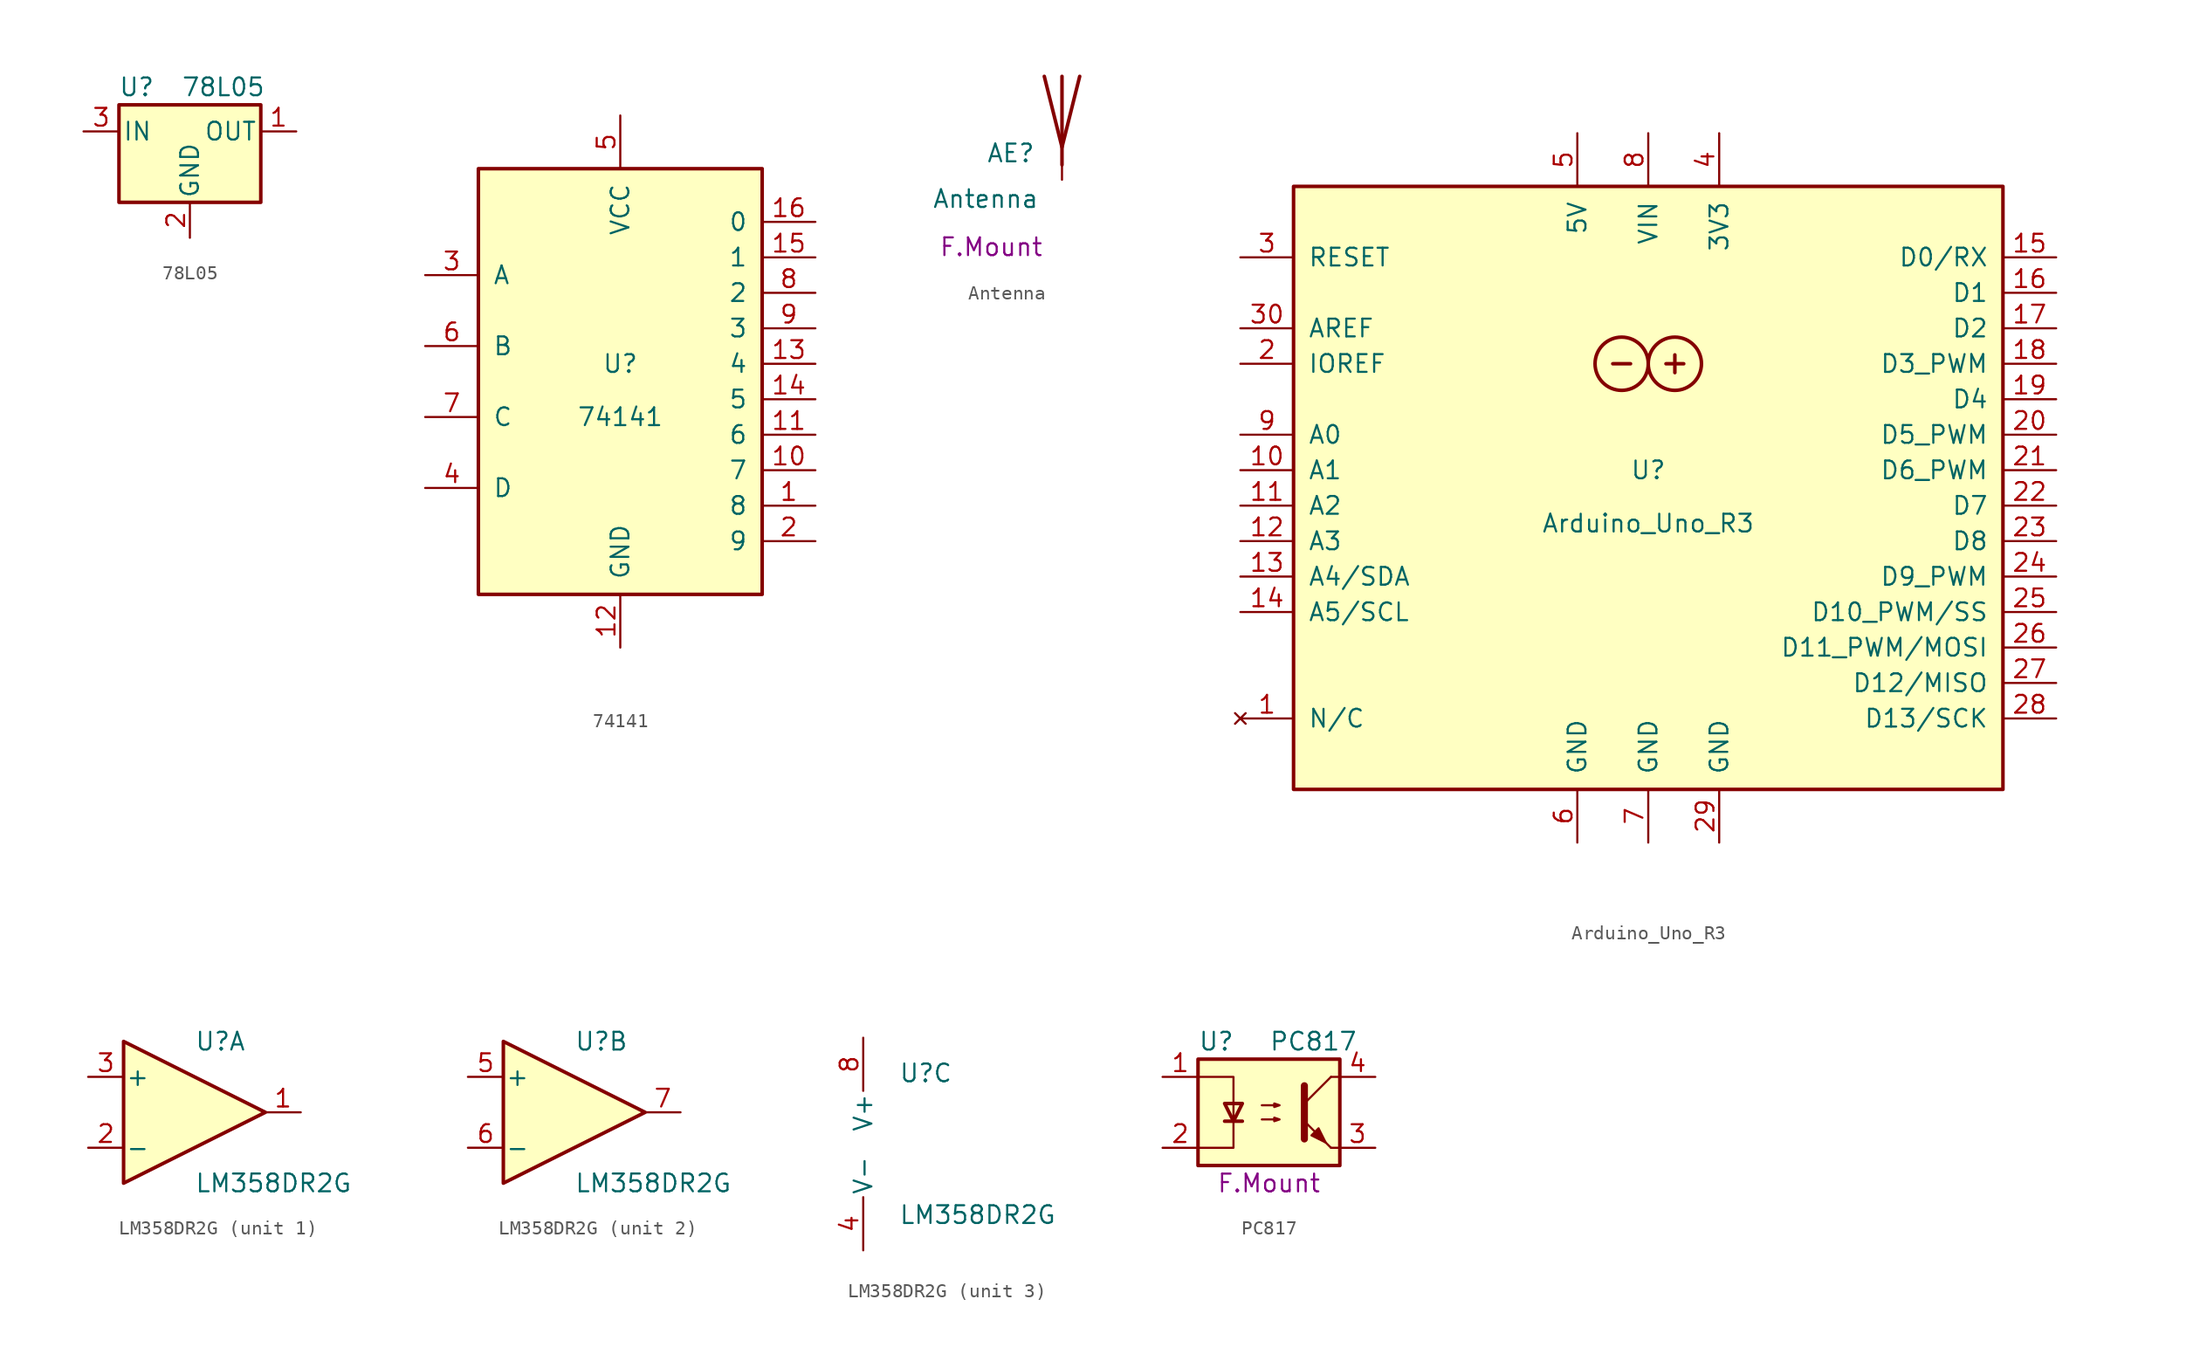
<source format=kicad_sym>
(kicad_symbol_lib
  (version 20220914)
  (generator kicad_symbol_editor)
  (symbol "78L05"
    (pin_names
      (offset 0.254))
    (property "Reference" "U"
      (at -3.81 3.175 0)
      (effects (font (size 1.27 1.27))))
    (property "Value" "78L05"
      (at -0.635 3.175 0)
      (effects (font (size 1.27 1.27)) (justify left)))
    (symbol "78L05_0_1"
      (rectangle (start -5.08 1.905) (end 5.08 -5.08) (stroke (width 0.254) (type default)) (fill (type background))))
    (symbol "78L05_1_1"
      (pin power_out line (at 7.62 0 180) (length 2.54) (name "OUT" (effects (font (size 1.27 1.27)))) (number "1" (effects (font (size 1.27 1.27)))))
      (pin power_in line (at 0 -7.62 90) (length 2.54) (name "GND" (effects (font (size 1.27 1.27)))) (number "2" (effects (font (size 1.27 1.27)))))
      (pin power_in line (at -7.62 0 0) (length 2.54) (name "IN" (effects (font (size 1.27 1.27)))) (number "3" (effects (font (size 1.27 1.27)))))))
  (symbol "74141"
    (pin_names
      (offset 1.016))
    (property "Reference" "U"
      (at 0 1.27 0)
      (effects (font (size 1.27 1.27))))
    (property "Value" "74141"
      (at 0 -2.54 0)
      (effects (font (size 1.27 1.27))))
    (symbol "74141_0_1"
      (rectangle (start -10.16 15.24) (end 10.16 -15.24) (stroke (width 0.254) (type default)) (fill (type background))))
    (symbol "74141_1_1"
      (pin output line (at 13.97 -8.89 180) (length 3.81) (name "8" (effects (font (size 1.27 1.27)))) (number "1" (effects (font (size 1.27 1.27)))))
      (pin output line (at 13.97 -6.35 180) (length 3.81) (name "7" (effects (font (size 1.27 1.27)))) (number "10" (effects (font (size 1.27 1.27)))))
      (pin output line (at 13.97 -3.81 180) (length 3.81) (name "6" (effects (font (size 1.27 1.27)))) (number "11" (effects (font (size 1.27 1.27)))))
      (pin power_in line (at 0 -19.05 90) (length 3.81) (name "GND" (effects (font (size 1.27 1.27)))) (number "12" (effects (font (size 1.27 1.27)))))
      (pin output line (at 13.97 1.27 180) (length 3.81) (name "4" (effects (font (size 1.27 1.27)))) (number "13" (effects (font (size 1.27 1.27)))))
      (pin output line (at 13.97 -1.27 180) (length 3.81) (name "5" (effects (font (size 1.27 1.27)))) (number "14" (effects (font (size 1.27 1.27)))))
      (pin output line (at 13.97 8.89 180) (length 3.81) (name "1" (effects (font (size 1.27 1.27)))) (number "15" (effects (font (size 1.27 1.27)))))
      (pin output line (at 13.97 11.43 180) (length 3.81) (name "0" (effects (font (size 1.27 1.27)))) (number "16" (effects (font (size 1.27 1.27)))))
      (pin output line (at 13.97 -11.43 180) (length 3.81) (name "9" (effects (font (size 1.27 1.27)))) (number "2" (effects (font (size 1.27 1.27)))))
      (pin input line (at -13.97 7.62 0) (length 3.81) (name "A" (effects (font (size 1.27 1.27)))) (number "3" (effects (font (size 1.27 1.27)))))
      (pin input line (at -13.97 -7.62 0) (length 3.81) (name "D" (effects (font (size 1.27 1.27)))) (number "4" (effects (font (size 1.27 1.27)))))
      (pin power_in line (at 0 19.05 270) (length 3.81) (name "VCC" (effects (font (size 1.27 1.27)))) (number "5" (effects (font (size 1.27 1.27)))))
      (pin input line (at -13.97 2.54 0) (length 3.81) (name "B" (effects (font (size 1.27 1.27)))) (number "6" (effects (font (size 1.27 1.27)))))
      (pin input line (at -13.97 -2.54 0) (length 3.81) (name "C" (effects (font (size 1.27 1.27)))) (number "7" (effects (font (size 1.27 1.27)))))
      (pin output line (at 13.97 6.35 180) (length 3.81) (name "2" (effects (font (size 1.27 1.27)))) (number "8" (effects (font (size 1.27 1.27)))))
      (pin output line (at 13.97 3.81 180) (length 3.81) (name "3" (effects (font (size 1.27 1.27)))) (number "9" (effects (font (size 1.27 1.27)))))))
  (symbol "Antenna"
    (pin_numbers hide)
    (pin_names
      (offset 1.016) hide)
    (property "Reference" "AE"
      (at -1.905 1.905 0)
      (effects (font (size 1.27 1.27)) (justify right)))
    (property "Value" "Antenna"
      (at -1.626 -1.372 0)
      (effects (font (size 1.27 1.27)) (justify right)))
    (property "Mount Option" "F.Mount"
      (at -5.08 -4.826 0)
      (effects (font (size 1.27 1.27))))
    (symbol "Antenna_0_1"
      (polyline (pts (xy 0 7.417) (xy 0 1.067)) (stroke (width 0.254) (type default)) (fill (type none)))
      (polyline (pts (xy 1.27 7.417) (xy 0 2.337) (xy -1.27 7.417)) (stroke (width 0.254) (type default)) (fill (type none))))
    (symbol "Antenna_1_1"
      (pin bidirectional line (at 0 0 90) (length 2.54) (name "A" (effects (font (size 1.27 1.27)))) (number "1" (effects (font (size 1.27 1.27)))))))
  (symbol "Arduino_Uno_R3"
    (pin_names
      (offset 1.016))
    (property "Reference" "U"
      (at 0 1.27 0)
      (effects (font (size 1.27 1.27))))
    (property "Value" "Arduino_Uno_R3"
      (at 0 -2.54 0)
      (effects (font (size 1.27 1.27))))
    (symbol "Arduino_Uno_R3_0_1"
      (circle (center -1.905 8.89) (radius 1.905) (stroke (width 0.254) (type default)) (fill (type none)))
      (polyline (pts (xy -2.54 8.89) (xy -1.27 8.89)) (stroke (width 0.254) (type default)) (fill (type none)))
      (polyline (pts (xy 1.27 8.89) (xy 2.54 8.89)) (stroke (width 0.254) (type default)) (fill (type none)))
      (polyline (pts (xy 1.905 9.525) (xy 1.905 8.255)) (stroke (width 0.254) (type default)) (fill (type none)))
      (circle (center 1.905 8.89) (radius 1.905) (stroke (width 0.254) (type default)) (fill (type none)))
      (rectangle (start 25.4 -21.59) (end -25.4 21.59) (stroke (width 0.254) (type default)) (fill (type background))))
    (symbol "Arduino_Uno_R3_1_1"
      (pin no_connect line (at -29.21 -16.51 0) (length 3.81) (name "N/C" (effects (font (size 1.27 1.27)))) (number "1" (effects (font (size 1.27 1.27)))))
      (pin input line (at -29.21 1.27 0) (length 3.81) (name "A1" (effects (font (size 1.27 1.27)))) (number "10" (effects (font (size 1.27 1.27)))))
      (pin input line (at -29.21 -1.27 0) (length 3.81) (name "A2" (effects (font (size 1.27 1.27)))) (number "11" (effects (font (size 1.27 1.27)))))
      (pin input line (at -29.21 -3.81 0) (length 3.81) (name "A3" (effects (font (size 1.27 1.27)))) (number "12" (effects (font (size 1.27 1.27)))))
      (pin input line (at -29.21 -6.35 0) (length 3.81) (name "A4/SDA" (effects (font (size 1.27 1.27)))) (number "13" (effects (font (size 1.27 1.27)))))
      (pin input line (at -29.21 -8.89 0) (length 3.81) (name "A5/SCL" (effects (font (size 1.27 1.27)))) (number "14" (effects (font (size 1.27 1.27)))))
      (pin bidirectional line (at 29.21 16.51 180) (length 3.81) (name "D0/RX" (effects (font (size 1.27 1.27)))) (number "15" (effects (font (size 1.27 1.27)))))
      (pin bidirectional line (at 29.21 13.97 180) (length 3.81) (name "D1" (effects (font (size 1.27 1.27)))) (number "16" (effects (font (size 1.27 1.27)))))
      (pin bidirectional line (at 29.21 11.43 180) (length 3.81) (name "D2" (effects (font (size 1.27 1.27)))) (number "17" (effects (font (size 1.27 1.27)))))
      (pin bidirectional line (at 29.21 8.89 180) (length 3.81) (name "D3_PWM" (effects (font (size 1.27 1.27)))) (number "18" (effects (font (size 1.27 1.27)))))
      (pin bidirectional line (at 29.21 6.35 180) (length 3.81) (name "D4" (effects (font (size 1.27 1.27)))) (number "19" (effects (font (size 1.27 1.27)))))
      (pin bidirectional line (at -29.21 8.89 0) (length 3.81) (name "IOREF" (effects (font (size 1.27 1.27)))) (number "2" (effects (font (size 1.27 1.27)))))
      (pin bidirectional line (at 29.21 3.81 180) (length 3.81) (name "D5_PWM" (effects (font (size 1.27 1.27)))) (number "20" (effects (font (size 1.27 1.27)))))
      (pin bidirectional line (at 29.21 1.27 180) (length 3.81) (name "D6_PWM" (effects (font (size 1.27 1.27)))) (number "21" (effects (font (size 1.27 1.27)))))
      (pin bidirectional line (at 29.21 -1.27 180) (length 3.81) (name "D7" (effects (font (size 1.27 1.27)))) (number "22" (effects (font (size 1.27 1.27)))))
      (pin bidirectional line (at 29.21 -3.81 180) (length 3.81) (name "D8" (effects (font (size 1.27 1.27)))) (number "23" (effects (font (size 1.27 1.27)))))
      (pin bidirectional line (at 29.21 -6.35 180) (length 3.81) (name "D9_PWM" (effects (font (size 1.27 1.27)))) (number "24" (effects (font (size 1.27 1.27)))))
      (pin bidirectional line (at 29.21 -8.89 180) (length 3.81) (name "D10_PWM/SS" (effects (font (size 1.27 1.27)))) (number "25" (effects (font (size 1.27 1.27)))))
      (pin bidirectional line (at 29.21 -11.43 180) (length 3.81) (name "D11_PWM/MOSI" (effects (font (size 1.27 1.27)))) (number "26" (effects (font (size 1.27 1.27)))))
      (pin bidirectional line (at 29.21 -13.97 180) (length 3.81) (name "D12/MISO" (effects (font (size 1.27 1.27)))) (number "27" (effects (font (size 1.27 1.27)))))
      (pin bidirectional line (at 29.21 -16.51 180) (length 3.81) (name "D13/SCK" (effects (font (size 1.27 1.27)))) (number "28" (effects (font (size 1.27 1.27)))))
      (pin power_in line (at 5.08 -25.4 90) (length 3.81) (name "GND" (effects (font (size 1.27 1.27)))) (number "29" (effects (font (size 1.27 1.27)))))
      (pin input line (at -29.21 16.51 0) (length 3.81) (name "RESET" (effects (font (size 1.27 1.27)))) (number "3" (effects (font (size 1.27 1.27)))))
      (pin input line (at -29.21 11.43 0) (length 3.81) (name "AREF" (effects (font (size 1.27 1.27)))) (number "30" (effects (font (size 1.27 1.27)))))
      (pin power_in line (at 5.08 25.4 270) (length 3.81) (name "3V3" (effects (font (size 1.27 1.27)))) (number "4" (effects (font (size 1.27 1.27)))))
      (pin power_out line (at -5.08 25.4 270) (length 3.81) (name "5V" (effects (font (size 1.27 1.27)))) (number "5" (effects (font (size 1.27 1.27)))))
      (pin power_in line (at -5.08 -25.4 90) (length 3.81) (name "GND" (effects (font (size 1.27 1.27)))) (number "6" (effects (font (size 1.27 1.27)))))
      (pin power_in line (at 0 -25.4 90) (length 3.81) (name "GND" (effects (font (size 1.27 1.27)))) (number "7" (effects (font (size 1.27 1.27)))))
      (pin power_out line (at 0 25.4 270) (length 3.81) (name "VIN" (effects (font (size 1.27 1.27)))) (number "8" (effects (font (size 1.27 1.27)))))
      (pin input line (at -29.21 3.81 0) (length 3.81) (name "A0" (effects (font (size 1.27 1.27)))) (number "9" (effects (font (size 1.27 1.27)))))))
  (symbol "LM358DR2G"
    (pin_names
      (offset 0.127))
    (property "Reference" "U"
      (at 0 5.08 0)
      (effects (font (size 1.27 1.27)) (justify left)))
    (property "Value" "LM358DR2G"
      (at 0 -5.08 0)
      (effects (font (size 1.27 1.27)) (justify left)))
    (property "ki_locked" ""
      (at 0 0 0)
      (effects (font (size 1.27 1.27))))
    (symbol "LM358DR2G_1_1"
      (polyline (pts (xy -5.08 5.08) (xy 5.08 0) (xy -5.08 -5.08) (xy -5.08 5.08)) (stroke (width 0.254) (type default)) (fill (type background)))
      (pin output line (at 7.62 0 180) (length 2.54) (name "~" (effects (font (size 1.27 1.27)))) (number "1" (effects (font (size 1.27 1.27)))))
      (pin input line (at -7.62 -2.54 0) (length 2.54) (name "-" (effects (font (size 1.27 1.27)))) (number "2" (effects (font (size 1.27 1.27)))))
      (pin input line (at -7.62 2.54 0) (length 2.54) (name "+" (effects (font (size 1.27 1.27)))) (number "3" (effects (font (size 1.27 1.27))))))
    (symbol "LM358DR2G_2_1"
      (polyline (pts (xy -5.08 5.08) (xy 5.08 0) (xy -5.08 -5.08) (xy -5.08 5.08)) (stroke (width 0.254) (type default)) (fill (type background)))
      (pin input line (at -7.62 2.54 0) (length 2.54) (name "+" (effects (font (size 1.27 1.27)))) (number "5" (effects (font (size 1.27 1.27)))))
      (pin input line (at -7.62 -2.54 0) (length 2.54) (name "-" (effects (font (size 1.27 1.27)))) (number "6" (effects (font (size 1.27 1.27)))))
      (pin output line (at 7.62 0 180) (length 2.54) (name "~" (effects (font (size 1.27 1.27)))) (number "7" (effects (font (size 1.27 1.27))))))
    (symbol "LM358DR2G_3_1"
      (pin power_in line (at -2.54 -7.62 90) (length 3.81) (name "V-" (effects (font (size 1.27 1.27)))) (number "4" (effects (font (size 1.27 1.27)))))
      (pin power_in line (at -2.54 7.62 270) (length 3.81) (name "V+" (effects (font (size 1.27 1.27)))) (number "8" (effects (font (size 1.27 1.27)))))))
  (symbol "PC817"
    (pin_names
      (offset 1.016))
    (property "Reference" "U"
      (at -5.08 5.08 0)
      (effects (font (size 1.27 1.27)) (justify left)))
    (property "Value" "PC817"
      (at 0 5.08 0)
      (effects (font (size 1.27 1.27)) (justify left)))
    (property "Mount Option" "F.Mount"
      (at 0 -5.08 0)
      (effects (font (size 1.27 1.27))))
    (symbol "PC817_0_1"
      (rectangle (start -5.08 3.81) (end 5.08 -3.81) (stroke (width 0.254) (type default)) (fill (type background)))
      (polyline (pts (xy -3.175 -0.635) (xy -1.905 -0.635)) (stroke (width 0.254) (type default)) (fill (type none)))
      (polyline (pts (xy 2.54 0.635) (xy 4.445 2.54)) (stroke (width 0) (type default)) (fill (type none)))
      (polyline (pts (xy 4.445 -2.54) (xy 2.54 -0.635)) (stroke (width 0) (type default)) (fill (type outline)))
      (polyline (pts (xy 4.445 -2.54) (xy 5.08 -2.54)) (stroke (width 0) (type default)) (fill (type none)))
      (polyline (pts (xy 4.445 2.54) (xy 5.08 2.54)) (stroke (width 0) (type default)) (fill (type none)))
      (polyline (pts (xy -5.08 2.54) (xy -2.54 2.54) (xy -2.54 -0.635)) (stroke (width 0) (type default)) (fill (type none)))
      (polyline (pts (xy -2.54 -0.635) (xy -2.54 -2.54) (xy -5.08 -2.54)) (stroke (width 0) (type default)) (fill (type none)))
      (polyline (pts (xy 2.54 1.905) (xy 2.54 -1.905) (xy 2.54 -1.905)) (stroke (width 0.508) (type default)) (fill (type none)))
      (polyline (pts (xy -2.54 -0.635) (xy -3.175 0.635) (xy -1.905 0.635) (xy -2.54 -0.635)) (stroke (width 0.254) (type default)) (fill (type none)))
      (polyline (pts (xy -0.508 -0.508) (xy 0.762 -0.508) (xy 0.381 -0.635) (xy 0.381 -0.381) (xy 0.762 -0.508)) (stroke (width 0) (type default)) (fill (type none)))
      (polyline (pts (xy -0.508 0.508) (xy 0.762 0.508) (xy 0.381 0.381) (xy 0.381 0.635) (xy 0.762 0.508)) (stroke (width 0) (type default)) (fill (type none)))
      (polyline (pts (xy 3.048 -1.651) (xy 3.556 -1.143) (xy 4.064 -2.159) (xy 3.048 -1.651) (xy 3.048 -1.651)) (stroke (width 0) (type default)) (fill (type outline))))
    (symbol "PC817_1_1"
      (pin passive line (at -7.62 2.54 0) (length 2.54) (name "~" (effects (font (size 1.27 1.27)))) (number "1" (effects (font (size 1.27 1.27)))))
      (pin passive line (at -7.62 -2.54 0) (length 2.54) (name "~" (effects (font (size 1.27 1.27)))) (number "2" (effects (font (size 1.27 1.27)))))
      (pin passive line (at 7.62 -2.54 180) (length 2.54) (name "~" (effects (font (size 1.27 1.27)))) (number "3" (effects (font (size 1.27 1.27)))))
      (pin passive line (at 7.62 2.54 180) (length 2.54) (name "~" (effects (font (size 1.27 1.27)))) (number "4" (effects (font (size 1.27 1.27))))))))
</source>
